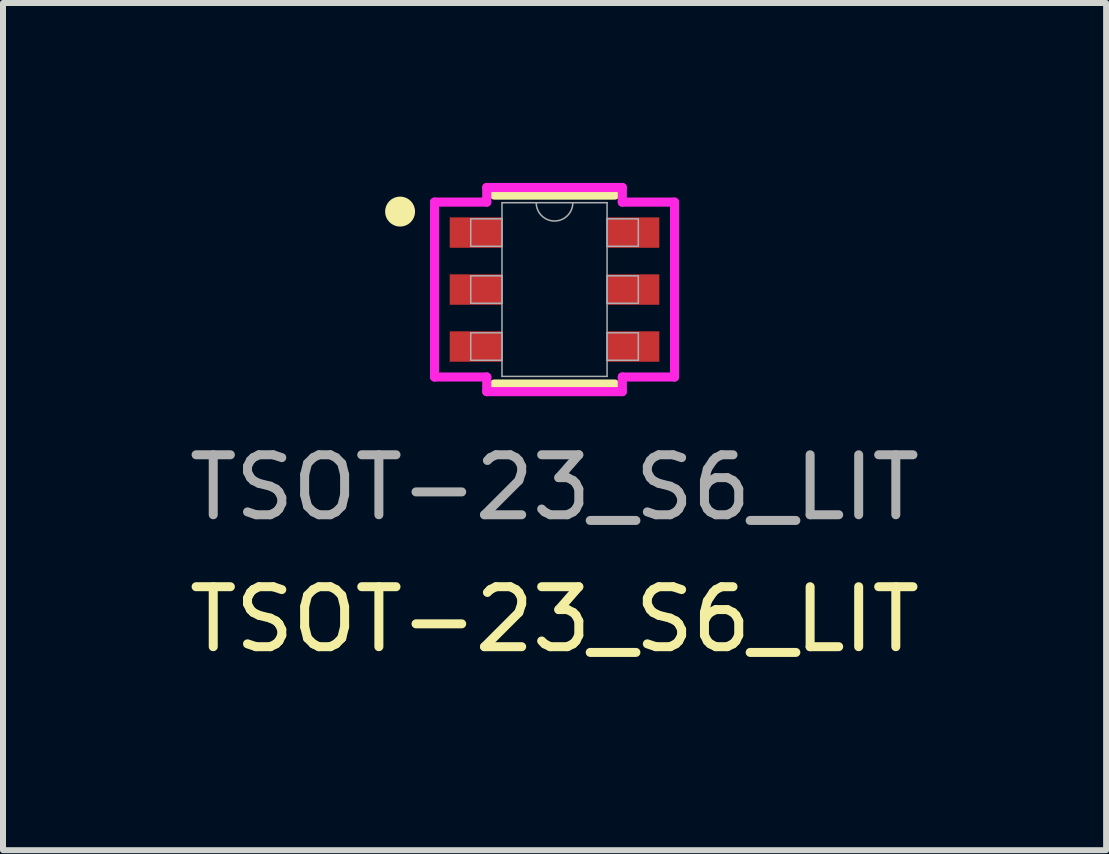
<source format=kicad_pcb>
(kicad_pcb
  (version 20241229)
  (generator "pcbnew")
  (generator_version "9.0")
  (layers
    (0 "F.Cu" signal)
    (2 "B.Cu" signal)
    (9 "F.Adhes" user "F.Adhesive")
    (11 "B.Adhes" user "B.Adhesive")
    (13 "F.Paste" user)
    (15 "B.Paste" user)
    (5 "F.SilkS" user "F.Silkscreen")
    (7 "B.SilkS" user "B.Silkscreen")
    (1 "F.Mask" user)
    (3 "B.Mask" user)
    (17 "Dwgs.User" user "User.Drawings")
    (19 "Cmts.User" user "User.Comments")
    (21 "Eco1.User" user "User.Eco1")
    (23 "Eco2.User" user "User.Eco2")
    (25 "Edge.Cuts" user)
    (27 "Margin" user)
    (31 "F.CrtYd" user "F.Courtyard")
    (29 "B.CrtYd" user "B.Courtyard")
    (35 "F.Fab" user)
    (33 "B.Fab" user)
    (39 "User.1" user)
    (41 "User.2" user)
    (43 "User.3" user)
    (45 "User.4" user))
  (footprint "TSOT-23_S6_LIT"
    (layer "F.Cu")
    (at 6.196 1.778)
    (property "Reference" "TSOT-23_S6_LIT" (at 0 5.5 0) (unlocked yes) (layer "F.SilkS") (effects (font (size 1 1) (thickness 0.15))))
    (attr smd)
    (fp_line (start -1.003 1.575) (end 1.003 1.575) (stroke (width 0.152) (type solid)) (layer "F.SilkS"))
    (fp_line (start 1.003 -1.575) (end -1.003 -1.575) (stroke (width 0.152) (type solid)) (layer "F.SilkS"))
    (fp_circle (center -2.575 -1.3) (end -2.45 -1.3) (stroke (width 0.25) (type solid)) (fill no) (layer "F.SilkS"))
    (fp_line (start -2.001 -1.458) (end -1.13 -1.458) (stroke (width 0.152) (type solid)) (layer "F.CrtYd"))
    (fp_line (start -2.001 1.458) (end -2.001 -1.458) (stroke (width 0.152) (type solid)) (layer "F.CrtYd"))
    (fp_line (start -2.001 1.458) (end -1.13 1.458) (stroke (width 0.152) (type solid)) (layer "F.CrtYd"))
    (fp_line (start -1.13 -1.702) (end 1.13 -1.702) (stroke (width 0.152) (type solid)) (layer "F.CrtYd"))
    (fp_line (start -1.13 -1.458) (end -1.13 -1.702) (stroke (width 0.152) (type solid)) (layer "F.CrtYd"))
    (fp_line (start -1.13 1.702) (end -1.13 1.458) (stroke (width 0.152) (type solid)) (layer "F.CrtYd"))
    (fp_line (start 1.13 -1.702) (end 1.13 -1.458) (stroke (width 0.152) (type solid)) (layer "F.CrtYd"))
    (fp_line (start 1.13 1.458) (end 1.13 1.702) (stroke (width 0.152) (type solid)) (layer "F.CrtYd"))
    (fp_line (start 1.13 1.702) (end -1.13 1.702) (stroke (width 0.152) (type solid)) (layer "F.CrtYd"))
    (fp_line (start 2.001 -1.458) (end 1.13 -1.458) (stroke (width 0.152) (type solid)) (layer "F.CrtYd"))
    (fp_line (start 2.001 -1.458) (end 2.001 1.458) (stroke (width 0.152) (type solid)) (layer "F.CrtYd"))
    (fp_line (start 2.001 1.458) (end 1.13 1.458) (stroke (width 0.152) (type solid)) (layer "F.CrtYd"))
    (fp_line (start -1.397 -1.179) (end -1.397 -0.721) (stroke (width 0.025) (type solid)) (layer "F.Fab"))
    (fp_line (start -1.397 -0.721) (end -0.876 -0.721) (stroke (width 0.025) (type solid)) (layer "F.Fab"))
    (fp_line (start -1.397 -0.229) (end -1.397 0.229) (stroke (width 0.025) (type solid)) (layer "F.Fab"))
    (fp_line (start -1.397 0.229) (end -0.876 0.229) (stroke (width 0.025) (type solid)) (layer "F.Fab"))
    (fp_line (start -1.397 0.721) (end -1.397 1.179) (stroke (width 0.025) (type solid)) (layer "F.Fab"))
    (fp_line (start -1.397 1.179) (end -0.876 1.179) (stroke (width 0.025) (type solid)) (layer "F.Fab"))
    (fp_line (start -0.876 -1.448) (end -0.876 1.448) (stroke (width 0.025) (type solid)) (layer "F.Fab"))
    (fp_line (start -0.876 -1.179) (end -1.397 -1.179) (stroke (width 0.025) (type solid)) (layer "F.Fab"))
    (fp_line (start -0.876 -0.721) (end -0.876 -1.179) (stroke (width 0.025) (type solid)) (layer "F.Fab"))
    (fp_line (start -0.876 -0.229) (end -1.397 -0.229) (stroke (width 0.025) (type solid)) (layer "F.Fab"))
    (fp_line (start -0.876 0.229) (end -0.876 -0.229) (stroke (width 0.025) (type solid)) (layer "F.Fab"))
    (fp_line (start -0.876 0.721) (end -1.397 0.721) (stroke (width 0.025) (type solid)) (layer "F.Fab"))
    (fp_line (start -0.876 1.179) (end -0.876 0.721) (stroke (width 0.025) (type solid)) (layer "F.Fab"))
    (fp_line (start -0.876 1.448) (end 0.876 1.448) (stroke (width 0.025) (type solid)) (layer "F.Fab"))
    (fp_line (start 0.876 -1.448) (end -0.876 -1.448) (stroke (width 0.025) (type solid)) (layer "F.Fab"))
    (fp_line (start 0.876 -1.179) (end 0.876 -0.721) (stroke (width 0.025) (type solid)) (layer "F.Fab"))
    (fp_line (start 0.876 -0.721) (end 1.397 -0.721) (stroke (width 0.025) (type solid)) (layer "F.Fab"))
    (fp_line (start 0.876 -0.229) (end 0.876 0.229) (stroke (width 0.025) (type solid)) (layer "F.Fab"))
    (fp_line (start 0.876 0.229) (end 1.397 0.229) (stroke (width 0.025) (type solid)) (layer "F.Fab"))
    (fp_line (start 0.876 0.721) (end 0.876 1.179) (stroke (width 0.025) (type solid)) (layer "F.Fab"))
    (fp_line (start 0.876 1.179) (end 1.397 1.179) (stroke (width 0.025) (type solid)) (layer "F.Fab"))
    (fp_line (start 0.876 1.448) (end 0.876 -1.448) (stroke (width 0.025) (type solid)) (layer "F.Fab"))
    (fp_line (start 1.397 -1.179) (end 0.876 -1.179) (stroke (width 0.025) (type solid)) (layer "F.Fab"))
    (fp_line (start 1.397 -0.721) (end 1.397 -1.179) (stroke (width 0.025) (type solid)) (layer "F.Fab"))
    (fp_line (start 1.397 -0.229) (end 0.876 -0.229) (stroke (width 0.025) (type solid)) (layer "F.Fab"))
    (fp_line (start 1.397 0.229) (end 1.397 -0.229) (stroke (width 0.025) (type solid)) (layer "F.Fab"))
    (fp_line (start 1.397 0.721) (end 0.876 0.721) (stroke (width 0.025) (type solid)) (layer "F.Fab"))
    (fp_line (start 1.397 1.179) (end 1.397 0.721) (stroke (width 0.025) (type solid)) (layer "F.Fab"))
    (fp_arc (start 0.3048 -1.4478) (mid 0 -1.143) (end -0.3048 -1.4478) (stroke (width 0.0254) (type solid)) (layer "F.Fab"))
    (fp_text user "${REFERENCE}" (at 0 3.3 0) (unlocked yes) (layer "F.Fab") (effects (font (size 1 1) (thickness 0.15))))
    (pad "1" smd rect (at -1.312 -0.95) (size 0.871 0.507) (layers "F.Cu" "F.Mask" "F.Paste"))
    (pad "2" smd rect (at -1.312 0) (size 0.871 0.507) (layers "F.Cu" "F.Mask" "F.Paste"))
    (pad "3" smd rect (at -1.312 0.95) (size 0.871 0.507) (layers "F.Cu" "F.Mask" "F.Paste"))
    (pad "4" smd rect (at 1.312 0.95) (size 0.871 0.507) (layers "F.Cu" "F.Mask" "F.Paste"))
    (pad "5" smd rect (at 1.312 0) (size 0.871 0.507) (layers "F.Cu" "F.Mask" "F.Paste"))
    (pad "6" smd rect (at 1.312 -0.95) (size 0.871 0.507) (layers "F.Cu" "F.Mask" "F.Paste")))
  (gr_rect
    (start -3 -3)
    (end 15.393 11.126)
    (stroke (width 0.1) (type default))
    (fill no)
    (layer "Edge.Cuts")))
</source>
